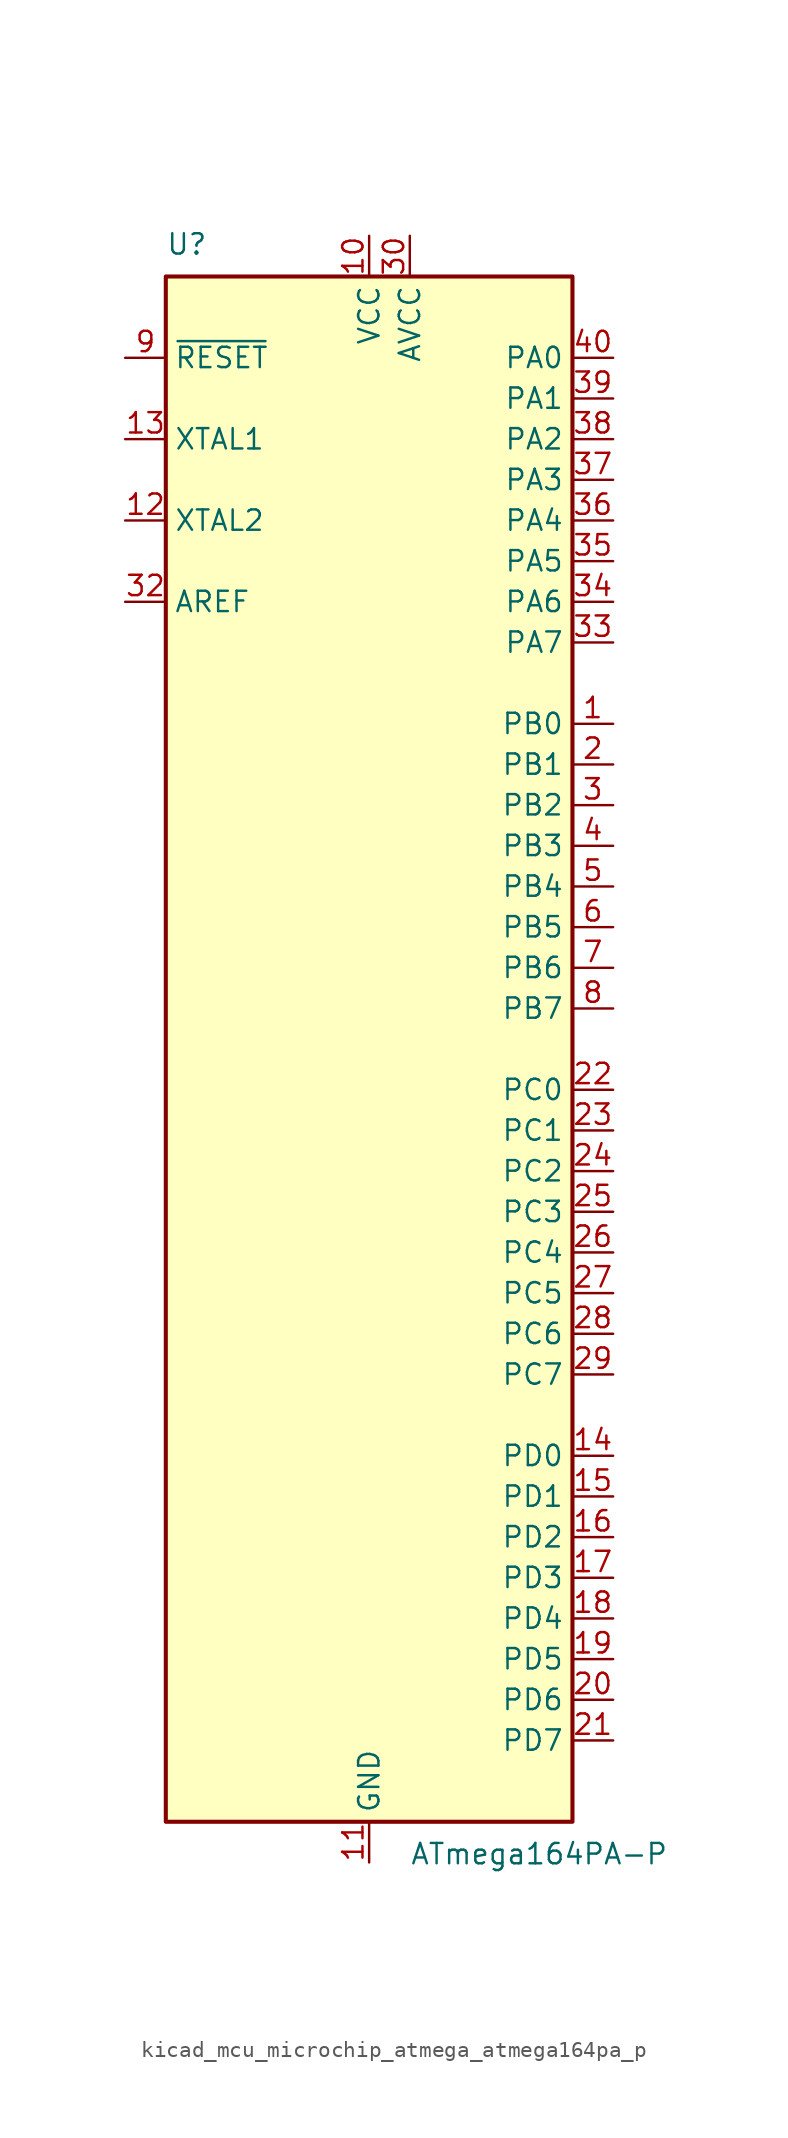
<source format=kicad_sym>
(kicad_symbol_lib
  (version 20220914)
  (generator kicad_symbol_editor)
  (symbol "kicad_mcu_microchip_atmega_atmega164pa_p"
    (property "Reference" "U"
      (at -12.7 49.53 0)
      (effects (font (size 1.27 1.27)) (justify left bottom)))
    (property "Value" "ATmega164PA-P"
      (at 2.54 -49.53 0)
      (effects (font (size 1.27 1.27)) (justify left top)))
    (symbol "kicad_mcu_microchip_atmega_atmega164pa_p_0_1"
      (rectangle (start -12.7 -48.26) (end 12.7 48.26) (stroke (width 0.254) (type default)) (fill (type background))))
    (symbol "kicad_mcu_microchip_atmega_atmega164pa_p_1_1"
      (pin bidirectional line (at 15.24 20.32 180) (length 2.54) (name "PB0" (effects (font (size 1.27 1.27)))) (number "1" (effects (font (size 1.27 1.27)))))
      (pin power_in line (at 0 50.8 270) (length 2.54) (name "VCC" (effects (font (size 1.27 1.27)))) (number "10" (effects (font (size 1.27 1.27)))))
      (pin power_in line (at 0 -50.8 90) (length 2.54) (name "GND" (effects (font (size 1.27 1.27)))) (number "11" (effects (font (size 1.27 1.27)))))
      (pin output line (at -15.24 33.02 0) (length 2.54) (name "XTAL2" (effects (font (size 1.27 1.27)))) (number "12" (effects (font (size 1.27 1.27)))))
      (pin input line (at -15.24 38.1 0) (length 2.54) (name "XTAL1" (effects (font (size 1.27 1.27)))) (number "13" (effects (font (size 1.27 1.27)))))
      (pin bidirectional line (at 15.24 -25.4 180) (length 2.54) (name "PD0" (effects (font (size 1.27 1.27)))) (number "14" (effects (font (size 1.27 1.27)))))
      (pin bidirectional line (at 15.24 -27.94 180) (length 2.54) (name "PD1" (effects (font (size 1.27 1.27)))) (number "15" (effects (font (size 1.27 1.27)))))
      (pin bidirectional line (at 15.24 -30.48 180) (length 2.54) (name "PD2" (effects (font (size 1.27 1.27)))) (number "16" (effects (font (size 1.27 1.27)))))
      (pin bidirectional line (at 15.24 -33.02 180) (length 2.54) (name "PD3" (effects (font (size 1.27 1.27)))) (number "17" (effects (font (size 1.27 1.27)))))
      (pin bidirectional line (at 15.24 -35.56 180) (length 2.54) (name "PD4" (effects (font (size 1.27 1.27)))) (number "18" (effects (font (size 1.27 1.27)))))
      (pin bidirectional line (at 15.24 -38.1 180) (length 2.54) (name "PD5" (effects (font (size 1.27 1.27)))) (number "19" (effects (font (size 1.27 1.27)))))
      (pin bidirectional line (at 15.24 17.78 180) (length 2.54) (name "PB1" (effects (font (size 1.27 1.27)))) (number "2" (effects (font (size 1.27 1.27)))))
      (pin bidirectional line (at 15.24 -40.64 180) (length 2.54) (name "PD6" (effects (font (size 1.27 1.27)))) (number "20" (effects (font (size 1.27 1.27)))))
      (pin bidirectional line (at 15.24 -43.18 180) (length 2.54) (name "PD7" (effects (font (size 1.27 1.27)))) (number "21" (effects (font (size 1.27 1.27)))))
      (pin bidirectional line (at 15.24 -2.54 180) (length 2.54) (name "PC0" (effects (font (size 1.27 1.27)))) (number "22" (effects (font (size 1.27 1.27)))))
      (pin bidirectional line (at 15.24 -5.08 180) (length 2.54) (name "PC1" (effects (font (size 1.27 1.27)))) (number "23" (effects (font (size 1.27 1.27)))))
      (pin bidirectional line (at 15.24 -7.62 180) (length 2.54) (name "PC2" (effects (font (size 1.27 1.27)))) (number "24" (effects (font (size 1.27 1.27)))))
      (pin bidirectional line (at 15.24 -10.16 180) (length 2.54) (name "PC3" (effects (font (size 1.27 1.27)))) (number "25" (effects (font (size 1.27 1.27)))))
      (pin bidirectional line (at 15.24 -12.7 180) (length 2.54) (name "PC4" (effects (font (size 1.27 1.27)))) (number "26" (effects (font (size 1.27 1.27)))))
      (pin bidirectional line (at 15.24 -15.24 180) (length 2.54) (name "PC5" (effects (font (size 1.27 1.27)))) (number "27" (effects (font (size 1.27 1.27)))))
      (pin bidirectional line (at 15.24 -17.78 180) (length 2.54) (name "PC6" (effects (font (size 1.27 1.27)))) (number "28" (effects (font (size 1.27 1.27)))))
      (pin bidirectional line (at 15.24 -20.32 180) (length 2.54) (name "PC7" (effects (font (size 1.27 1.27)))) (number "29" (effects (font (size 1.27 1.27)))))
      (pin bidirectional line (at 15.24 15.24 180) (length 2.54) (name "PB2" (effects (font (size 1.27 1.27)))) (number "3" (effects (font (size 1.27 1.27)))))
      (pin power_in line (at 2.54 50.8 270) (length 2.54) (name "AVCC" (effects (font (size 1.27 1.27)))) (number "30" (effects (font (size 1.27 1.27)))))
      (pin passive line (at 0 -50.8 90) (length 2.54) hide (name "GND" (effects (font (size 1.27 1.27)))) (number "31" (effects (font (size 1.27 1.27)))))
      (pin passive line (at -15.24 27.94 0) (length 2.54) (name "AREF" (effects (font (size 1.27 1.27)))) (number "32" (effects (font (size 1.27 1.27)))))
      (pin bidirectional line (at 15.24 25.4 180) (length 2.54) (name "PA7" (effects (font (size 1.27 1.27)))) (number "33" (effects (font (size 1.27 1.27)))))
      (pin bidirectional line (at 15.24 27.94 180) (length 2.54) (name "PA6" (effects (font (size 1.27 1.27)))) (number "34" (effects (font (size 1.27 1.27)))))
      (pin bidirectional line (at 15.24 30.48 180) (length 2.54) (name "PA5" (effects (font (size 1.27 1.27)))) (number "35" (effects (font (size 1.27 1.27)))))
      (pin bidirectional line (at 15.24 33.02 180) (length 2.54) (name "PA4" (effects (font (size 1.27 1.27)))) (number "36" (effects (font (size 1.27 1.27)))))
      (pin bidirectional line (at 15.24 35.56 180) (length 2.54) (name "PA3" (effects (font (size 1.27 1.27)))) (number "37" (effects (font (size 1.27 1.27)))))
      (pin bidirectional line (at 15.24 38.1 180) (length 2.54) (name "PA2" (effects (font (size 1.27 1.27)))) (number "38" (effects (font (size 1.27 1.27)))))
      (pin bidirectional line (at 15.24 40.64 180) (length 2.54) (name "PA1" (effects (font (size 1.27 1.27)))) (number "39" (effects (font (size 1.27 1.27)))))
      (pin bidirectional line (at 15.24 12.7 180) (length 2.54) (name "PB3" (effects (font (size 1.27 1.27)))) (number "4" (effects (font (size 1.27 1.27)))))
      (pin bidirectional line (at 15.24 43.18 180) (length 2.54) (name "PA0" (effects (font (size 1.27 1.27)))) (number "40" (effects (font (size 1.27 1.27)))))
      (pin bidirectional line (at 15.24 10.16 180) (length 2.54) (name "PB4" (effects (font (size 1.27 1.27)))) (number "5" (effects (font (size 1.27 1.27)))))
      (pin bidirectional line (at 15.24 7.62 180) (length 2.54) (name "PB5" (effects (font (size 1.27 1.27)))) (number "6" (effects (font (size 1.27 1.27)))))
      (pin bidirectional line (at 15.24 5.08 180) (length 2.54) (name "PB6" (effects (font (size 1.27 1.27)))) (number "7" (effects (font (size 1.27 1.27)))))
      (pin bidirectional line (at 15.24 2.54 180) (length 2.54) (name "PB7" (effects (font (size 1.27 1.27)))) (number "8" (effects (font (size 1.27 1.27)))))
      (pin input line (at -15.24 43.18 0) (length 2.54) (name "~{RESET}" (effects (font (size 1.27 1.27)))) (number "9" (effects (font (size 1.27 1.27))))))))
</source>
